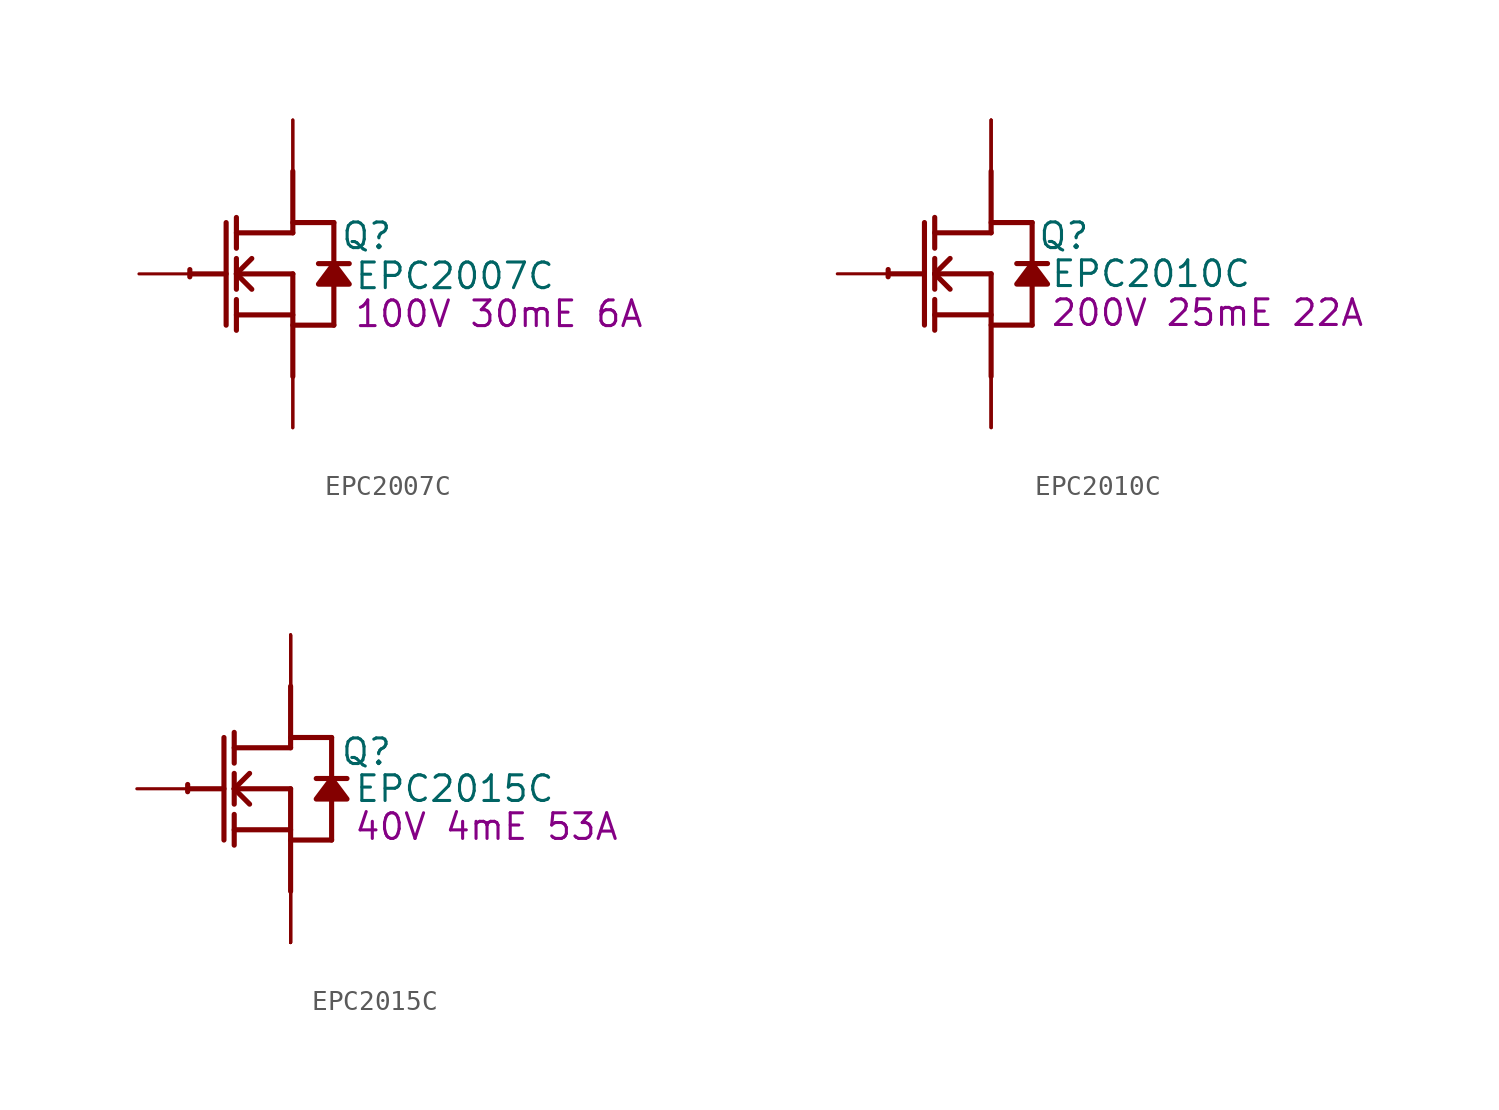
<source format=kicad_sym>
(kicad_symbol_lib
  (version 20241209)
  (generator "kicad_symbol_editor")
  (generator_version "9.0")
  (symbol "EPC2007C"
    (property "Reference" "Q"
      (at 3.658 1.88 0)
      (effects (font (size 1.27 1.27))))
    (property "Value" "EPC2007C"
      (at 8.026 -0.102 0)
      (effects (font (size 1.27 1.27))))
    (property "Description" "100V 30mE 6A"
      (at 10.211 -1.981 0)
      (effects (font (size 1.27 1.27))))
    (symbol "EPC2007C_1_0"
      (polyline (pts (xy -5.08 0) (xy -3.302 0)) (stroke (width 0.254) (type solid)) (fill (type none)))
      (polyline (pts (xy -3.302 2.54) (xy -3.302 -2.54)) (stroke (width 0.254) (type solid)) (fill (type none)))
      (polyline (pts (xy -2.794 1.27) (xy -2.794 2.794)) (stroke (width 0.254) (type solid)) (fill (type none)))
      (polyline (pts (xy -2.794 0) (xy -2.032 0.762)) (stroke (width 0.254) (type solid)) (fill (type none)))
      (polyline (pts (xy -2.794 0) (xy 0 0)) (stroke (width 0.254) (type solid)) (fill (type none)))
      (polyline (pts (xy -2.794 -0.762) (xy -2.794 0.762)) (stroke (width 0.254) (type solid)) (fill (type none)))
      (polyline (pts (xy -2.794 -2.032) (xy 0 -2.032)) (stroke (width 0.254) (type solid)) (fill (type none)))
      (polyline (pts (xy -2.794 -2.794) (xy -2.794 -1.27)) (stroke (width 0.254) (type solid)) (fill (type none)))
      (polyline (pts (xy -2.032 -0.762) (xy -2.794 0)) (stroke (width 0.254) (type solid)) (fill (type none)))
      (polyline (pts (xy 0 2.54) (xy 2.032 2.54)) (stroke (width 0.254) (type solid)) (fill (type none)))
      (polyline (pts (xy 0 2.032) (xy -2.794 2.032)) (stroke (width 0.254) (type solid)) (fill (type none)))
      (polyline (pts (xy 0 2.032) (xy 0 5.08)) (stroke (width 0.254) (type solid)) (fill (type none)))
      (polyline (pts (xy 0 0) (xy 0 -5.08)) (stroke (width 0.254) (type solid)) (fill (type none)))
      (polyline (pts (xy 0 -2.54) (xy 2.032 -2.54)) (stroke (width 0.254) (type solid)) (fill (type none)))
      (arc (start -5.1019 -0.1467) (mid -5.1039 0.0331) (end -5.0996 0.2128) (stroke (width 0.254) (type solid)) (fill (type none)))
      (polyline (pts (xy 2.032 2.54) (xy 2.032 0.508)) (stroke (width 0.254) (type solid)) (fill (type none)))
      (polyline (pts (xy 2.032 0.508) (xy 1.27 -0.508) (xy 2.794 -0.508) (xy 2.032 0.508)) (stroke (width 0.254) (type solid)) (fill (type outline)))
      (polyline (pts (xy 2.032 -0.508) (xy 2.032 -2.54)) (stroke (width 0.254) (type solid)) (fill (type none)))
      (polyline (pts (xy 2.794 0.508) (xy 1.27 0.508)) (stroke (width 0.254) (type solid)) (fill (type none)))
      (pin passive line (at -7.62 0 0) (length 2.54) (name "G" (effects (font (size 0 0)))) (number "1" (effects (font (size 0 0)))))
      (pin open_collector line (at 0 7.62 270) (length 2.54) (name "D1" (effects (font (size 0 0)))) (number "3" (effects (font (size 0 0)))))
      (pin open_collector line (at 0 7.62 270) (length 2.54) (name "D2" (effects (font (size 0 0)))) (number "5" (effects (font (size 0 0)))))
      (pin open_emitter line (at 0 -7.62 90) (length 2.54) (name "Sub" (effects (font (size 0 0)))) (number "2" (effects (font (size 0 0)))))
      (pin open_emitter line (at 0 -7.62 90) (length 2.54) (name "S1" (effects (font (size 0 0)))) (number "4" (effects (font (size 0 0)))))))
  (symbol "EPC2010C"
    (property "Reference" "Q"
      (at 3.607 1.88 0)
      (effects (font (size 1.27 1.27))))
    (property "Value" "EPC2010C"
      (at 7.925 0 0)
      (effects (font (size 1.27 1.27))))
    (property "Description" "200V 25mE 22A"
      (at 10.719 -1.93 0)
      (effects (font (size 1.27 1.27))))
    (symbol "EPC2010C_1_0"
      (polyline (pts (xy -5.08 0) (xy -3.302 0)) (stroke (width 0.254) (type solid)) (fill (type none)))
      (polyline (pts (xy -3.302 2.54) (xy -3.302 -2.54)) (stroke (width 0.254) (type solid)) (fill (type none)))
      (polyline (pts (xy -2.794 1.27) (xy -2.794 2.794)) (stroke (width 0.254) (type solid)) (fill (type none)))
      (polyline (pts (xy -2.794 0) (xy -2.032 0.762)) (stroke (width 0.254) (type solid)) (fill (type none)))
      (polyline (pts (xy -2.794 0) (xy 0 0)) (stroke (width 0.254) (type solid)) (fill (type none)))
      (polyline (pts (xy -2.794 -0.762) (xy -2.794 0.762)) (stroke (width 0.254) (type solid)) (fill (type none)))
      (polyline (pts (xy -2.794 -2.032) (xy 0 -2.032)) (stroke (width 0.254) (type solid)) (fill (type none)))
      (polyline (pts (xy -2.794 -2.794) (xy -2.794 -1.27)) (stroke (width 0.254) (type solid)) (fill (type none)))
      (polyline (pts (xy -2.032 -0.762) (xy -2.794 0)) (stroke (width 0.254) (type solid)) (fill (type none)))
      (polyline (pts (xy 0 2.54) (xy 2.032 2.54)) (stroke (width 0.254) (type solid)) (fill (type none)))
      (polyline (pts (xy 0 2.032) (xy -2.794 2.032)) (stroke (width 0.254) (type solid)) (fill (type none)))
      (polyline (pts (xy 0 2.032) (xy 0 5.08)) (stroke (width 0.254) (type solid)) (fill (type none)))
      (polyline (pts (xy 0 0) (xy 0 -5.08)) (stroke (width 0.254) (type solid)) (fill (type none)))
      (polyline (pts (xy 0 -2.54) (xy 2.032 -2.54)) (stroke (width 0.254) (type solid)) (fill (type none)))
      (arc (start -5.1019 -0.1467) (mid -5.1039 0.0331) (end -5.0996 0.2128) (stroke (width 0.254) (type solid)) (fill (type none)))
      (polyline (pts (xy 2.032 2.54) (xy 2.032 0.508)) (stroke (width 0.254) (type solid)) (fill (type none)))
      (polyline (pts (xy 2.032 0.508) (xy 1.27 -0.508) (xy 2.794 -0.508) (xy 2.032 0.508)) (stroke (width 0.254) (type solid)) (fill (type outline)))
      (polyline (pts (xy 2.032 -0.508) (xy 2.032 -2.54)) (stroke (width 0.254) (type solid)) (fill (type none)))
      (polyline (pts (xy 2.794 0.508) (xy 1.27 0.508)) (stroke (width 0.254) (type solid)) (fill (type none)))
      (pin passive line (at -7.62 0 0) (length 2.54) (name "G" (effects (font (size 0 0)))) (number "1" (effects (font (size 0 0)))))
      (pin open_collector line (at 0 7.62 270) (length 2.54) (name "D1" (effects (font (size 0 0)))) (number "3" (effects (font (size 0 0)))))
      (pin open_collector line (at 0 7.62 270) (length 2.54) (name "D2" (effects (font (size 0 0)))) (number "5" (effects (font (size 0 0)))))
      (pin open_collector line (at 0 7.62 270) (length 2.54) (name "D3" (effects (font (size 0 0)))) (number "7" (effects (font (size 0 0)))))
      (pin open_emitter line (at 0 -7.62 90) (length 2.54) (name "Sub" (effects (font (size 0 0)))) (number "2" (effects (font (size 0 0)))))
      (pin open_emitter line (at 0 -7.62 90) (length 2.54) (name "S1" (effects (font (size 0 0)))) (number "4" (effects (font (size 0 0)))))
      (pin open_emitter line (at 0 -7.62 90) (length 2.54) (name "S2" (effects (font (size 0 0)))) (number "6" (effects (font (size 0 0)))))))
  (symbol "EPC2015C"
    (property "Reference" "Q"
      (at 3.759 1.829 0)
      (effects (font (size 1.27 1.27))))
    (property "Value" "EPC2015C"
      (at 8.128 0 0)
      (effects (font (size 1.27 1.27))))
    (property "Description" "40V 4mE 53A"
      (at 9.703 -1.88 0)
      (effects (font (size 1.27 1.27))))
    (symbol "EPC2015C_1_0"
      (polyline (pts (xy -5.08 0) (xy -3.302 0)) (stroke (width 0.254) (type solid)) (fill (type none)))
      (polyline (pts (xy -3.302 2.54) (xy -3.302 -2.54)) (stroke (width 0.254) (type solid)) (fill (type none)))
      (polyline (pts (xy -2.794 1.27) (xy -2.794 2.794)) (stroke (width 0.254) (type solid)) (fill (type none)))
      (polyline (pts (xy -2.794 0) (xy -2.032 0.762)) (stroke (width 0.254) (type solid)) (fill (type none)))
      (polyline (pts (xy -2.794 0) (xy 0 0)) (stroke (width 0.254) (type solid)) (fill (type none)))
      (polyline (pts (xy -2.794 -0.762) (xy -2.794 0.762)) (stroke (width 0.254) (type solid)) (fill (type none)))
      (polyline (pts (xy -2.794 -2.032) (xy 0 -2.032)) (stroke (width 0.254) (type solid)) (fill (type none)))
      (polyline (pts (xy -2.794 -2.794) (xy -2.794 -1.27)) (stroke (width 0.254) (type solid)) (fill (type none)))
      (polyline (pts (xy -2.032 -0.762) (xy -2.794 0)) (stroke (width 0.254) (type solid)) (fill (type none)))
      (polyline (pts (xy 0 2.54) (xy 2.032 2.54)) (stroke (width 0.254) (type solid)) (fill (type none)))
      (polyline (pts (xy 0 2.032) (xy -2.794 2.032)) (stroke (width 0.254) (type solid)) (fill (type none)))
      (polyline (pts (xy 0 2.032) (xy 0 5.08)) (stroke (width 0.254) (type solid)) (fill (type none)))
      (polyline (pts (xy 0 0) (xy 0 -5.08)) (stroke (width 0.254) (type solid)) (fill (type none)))
      (polyline (pts (xy 0 -2.54) (xy 2.032 -2.54)) (stroke (width 0.254) (type solid)) (fill (type none)))
      (arc (start -5.1019 -0.1467) (mid -5.1039 0.0331) (end -5.0996 0.2128) (stroke (width 0.254) (type solid)) (fill (type none)))
      (polyline (pts (xy 2.032 2.54) (xy 2.032 0.508)) (stroke (width 0.254) (type solid)) (fill (type none)))
      (polyline (pts (xy 2.032 0.508) (xy 1.27 -0.508) (xy 2.794 -0.508) (xy 2.032 0.508)) (stroke (width 0.254) (type solid)) (fill (type outline)))
      (polyline (pts (xy 2.032 -0.508) (xy 2.032 -2.54)) (stroke (width 0.254) (type solid)) (fill (type none)))
      (polyline (pts (xy 2.794 0.508) (xy 1.27 0.508)) (stroke (width 0.254) (type solid)) (fill (type none)))
      (pin passive line (at -7.62 0 0) (length 2.54) (name "G" (effects (font (size 0 0)))) (number "1" (effects (font (size 0 0)))))
      (pin open_collector line (at 0 7.62 270) (length 2.54) (name "D5" (effects (font (size 0 0)))) (number "11" (effects (font (size 0 0)))))
      (pin open_collector line (at 0 7.62 270) (length 2.54) (name "D1" (effects (font (size 0 0)))) (number "3" (effects (font (size 0 0)))))
      (pin open_collector line (at 0 7.62 270) (length 2.54) (name "D2" (effects (font (size 0 0)))) (number "5" (effects (font (size 0 0)))))
      (pin open_collector line (at 0 7.62 270) (length 2.54) (name "D3" (effects (font (size 0 0)))) (number "7" (effects (font (size 0 0)))))
      (pin open_collector line (at 0 7.62 270) (length 2.54) (name "D4" (effects (font (size 0 0)))) (number "9" (effects (font (size 0 0)))))
      (pin open_emitter line (at 0 -7.62 90) (length 2.54) (name "S4" (effects (font (size 0 0)))) (number "10" (effects (font (size 0 0)))))
      (pin open_emitter line (at 0 -7.62 90) (length 2.54) (name "Sub" (effects (font (size 0 0)))) (number "2" (effects (font (size 0 0)))))
      (pin open_emitter line (at 0 -7.62 90) (length 2.54) (name "S1" (effects (font (size 0 0)))) (number "4" (effects (font (size 0 0)))))
      (pin open_emitter line (at 0 -7.62 90) (length 2.54) (name "S2" (effects (font (size 0 0)))) (number "6" (effects (font (size 0 0)))))
      (pin open_emitter line (at 0 -7.62 90) (length 2.54) (name "S3" (effects (font (size 0 0)))) (number "8" (effects (font (size 0 0))))))))
</source>
